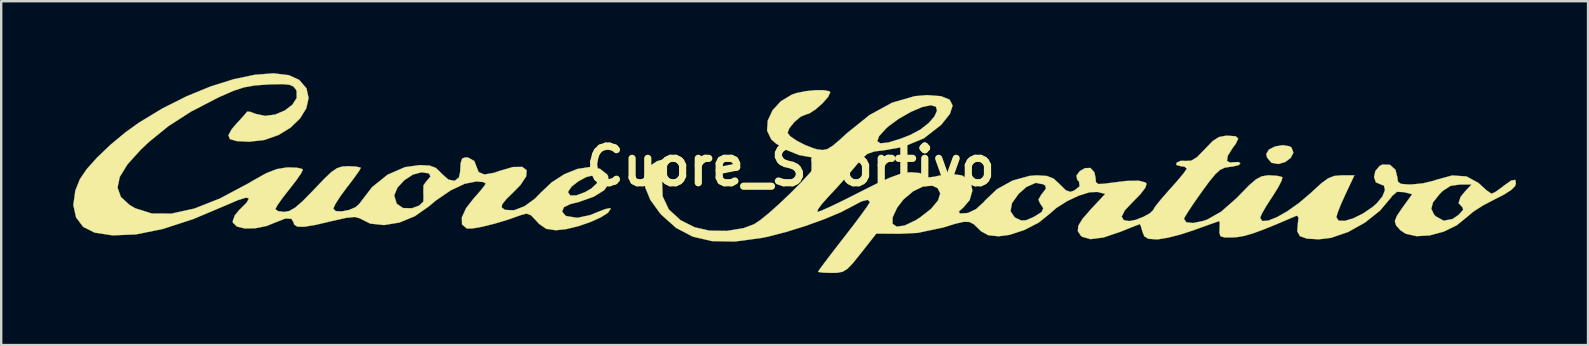
<source format=kicad_pcb>
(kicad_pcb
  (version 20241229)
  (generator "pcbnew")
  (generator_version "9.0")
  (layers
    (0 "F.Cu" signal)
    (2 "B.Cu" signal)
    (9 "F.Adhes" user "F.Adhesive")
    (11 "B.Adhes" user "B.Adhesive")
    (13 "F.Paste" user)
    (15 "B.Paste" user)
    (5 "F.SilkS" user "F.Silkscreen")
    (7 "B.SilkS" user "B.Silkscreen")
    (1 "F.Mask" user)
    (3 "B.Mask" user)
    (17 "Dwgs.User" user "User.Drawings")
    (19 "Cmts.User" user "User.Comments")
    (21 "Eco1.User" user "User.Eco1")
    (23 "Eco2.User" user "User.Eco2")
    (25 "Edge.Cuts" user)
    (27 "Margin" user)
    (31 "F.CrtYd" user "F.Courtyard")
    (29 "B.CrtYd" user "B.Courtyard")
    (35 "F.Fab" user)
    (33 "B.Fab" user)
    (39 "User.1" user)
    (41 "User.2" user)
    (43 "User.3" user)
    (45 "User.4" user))
  (footprint "Cuore_Sportivo"
    (layer "F.Cu")
    (at 29.885 3.873)
    (property "Reference" "Cuore_Sportivo" (at 0 0 0) (layer "F.SilkS") (effects (font (size 1.524 1.524) (thickness 0.3))))
    (attr through_hole)
    (fp_poly (pts (xy 20.787 -0.829) (xy 20.866 -0.774) (xy 20.943 -0.565) (xy 20.835 -0.35) (xy 20.605 -0.176) (xy 20.318 -0.09) (xy 20.037 -0.141) (xy 20.027 -0.146) (xy 19.845 -0.362) (xy 19.812 -0.509) (xy 19.922 -0.692) (xy 20.186 -0.823) (xy 20.507 -0.877) (xy 20.787 -0.829)) (stroke (width 0.01) (type solid)) (fill yes) (layer "F.SilkS"))
    (fp_poly (pts (xy -20.905 -3.792) (xy -20.473 -3.596) (xy -20.17 -3.246) (xy -20.08 -2.841) (xy -20.176 -2.412) (xy -20.435 -1.991) (xy -20.829 -1.609) (xy -21.334 -1.299) (xy -21.924 -1.092) (xy -22.543 -1.021) (xy -23.067 -1.044) (xy -23.356 -1.127) (xy -23.422 -1.287) (xy -23.28 -1.544) (xy -23.113 -1.739) (xy -22.855 -2.022) (xy -22.68 -2.221) (xy -22.638 -2.273) (xy -22.515 -2.266) (xy -22.279 -2.178) (xy -21.887 -2.095) (xy -21.468 -2.153) (xy -21.074 -2.319) (xy -20.758 -2.559) (xy -20.576 -2.842) (xy -20.58 -3.133) (xy -20.611 -3.195) (xy -20.715 -3.321) (xy -20.875 -3.392) (xy -21.151 -3.418) (xy -21.602 -3.41) (xy -21.78 -3.403) (xy -22.326 -3.363) (xy -22.774 -3.283) (xy -23.224 -3.135) (xy -23.777 -2.892) (xy -23.884 -2.841) (xy -24.985 -2.27) (xy -25.908 -1.677) (xy -26.727 -1.013) (xy -27.072 -0.687) (xy -27.625 -0.076) (xy -27.947 0.448) (xy -28.038 0.895) (xy -27.9 1.281) (xy -27.533 1.618) (xy -27.299 1.754) (xy -26.608 1.971) (xy -25.786 1.974) (xy -24.838 1.765) (xy -23.768 1.343) (xy -22.579 0.71) (xy -22.397 0.601) (xy -21.848 0.294) (xy -21.409 0.122) (xy -20.996 0.054) (xy -20.923 0.051) (xy -20.572 0.062) (xy -20.354 0.112) (xy -20.32 0.151) (xy -20.395 0.303) (xy -20.593 0.588) (xy -20.871 0.948) (xy -20.892 0.973) (xy -21.174 1.334) (xy -21.378 1.625) (xy -21.463 1.785) (xy -21.463 1.79) (xy -21.353 1.872) (xy -21.096 1.905) (xy -20.884 1.866) (xy -20.643 1.728) (xy -20.332 1.46) (xy -19.91 1.03) (xy -19.837 0.953) (xy -19.423 0.52) (xy -19.129 0.242) (xy -18.901 0.086) (xy -18.691 0.016) (xy -18.448 0.000053) (xy -18.425 0) (xy -18.103 0.016) (xy -17.922 0.057) (xy -17.907 0.074) (xy -17.98 0.203) (xy -18.172 0.474) (xy -18.444 0.832) (xy -18.479 0.876) (xy -18.759 1.255) (xy -18.963 1.572) (xy -19.049 1.762) (xy -19.05 1.771) (xy -18.949 1.871) (xy -18.702 1.883) (xy -18.397 1.824) (xy -18.121 1.707) (xy -17.971 1.572) (xy -17.713 1.235) (xy -16.51 1.235) (xy -16.409 1.563) (xy -16.145 1.743) (xy -15.775 1.752) (xy -15.477 1.642) (xy -15.298 1.472) (xy -15.293 1.194) (xy -15.301 1.154) (xy -15.295 0.797) (xy -15.182 0.64) (xy -15.003 0.43) (xy -15.065 0.3) (xy -15.365 0.254) (xy -15.377 0.254) (xy -15.732 0.348) (xy -16.092 0.583) (xy -16.377 0.891) (xy -16.508 1.202) (xy -16.51 1.235) (xy -17.713 1.235) (xy -17.438 0.875) (xy -16.79 0.355) (xy -16.067 0.04) (xy -15.444 -0.046) (xy -15.036 -0.024) (xy -14.775 0.073) (xy -14.557 0.285) (xy -14.541 0.306) (xy -14.256 0.557) (xy -13.998 0.61) (xy -13.819 0.47) (xy -13.769 0.252) (xy -13.745 -0.131) (xy -13.683 -0.318) (xy -13.549 -0.368) (xy -13.43 -0.358) (xy -13.175 -0.214) (xy -13.103 -0.024) (xy -12.995 0.247) (xy -12.755 0.345) (xy -12.354 0.276) (xy -12.127 0.197) (xy -11.565 0.034) (xy -11.184 0.029) (xy -10.996 0.164) (xy -11.015 0.422) (xy -11.255 0.785) (xy -11.487 1.023) (xy -11.838 1.366) (xy -12.015 1.585) (xy -12.036 1.718) (xy -11.92 1.805) (xy -11.882 1.821) (xy -11.521 1.836) (xy -11.089 1.67) (xy -10.654 1.355) (xy -10.448 1.143) (xy -10.394 1.091) (xy -9.271 1.091) (xy -9.175 1.22) (xy -8.923 1.215) (xy -8.57 1.084) (xy -8.305 0.932) (xy -8.073 0.714) (xy -8.01 0.514) (xy -8.127 0.393) (xy -8.223 0.381) (xy -8.515 0.453) (xy -8.843 0.629) (xy -9.123 0.849) (xy -9.266 1.056) (xy -9.271 1.091) (xy -10.394 1.091) (xy -9.963 0.68) (xy -9.425 0.333) (xy -8.878 0.114) (xy -8.368 0.035) (xy -7.942 0.108) (xy -7.644 0.344) (xy -7.609 0.402) (xy -7.567 0.708) (xy -7.765 0.999) (xy -8.188 1.264) (xy -8.823 1.491) (xy -9.176 1.579) (xy -9.442 1.706) (xy -9.519 1.887) (xy -9.387 2.053) (xy -9.324 2.082) (xy -8.883 2.151) (xy -8.351 2.037) (xy -8.033 1.908) (xy -7.718 1.786) (xy -7.523 1.748) (xy -7.493 1.77) (xy -7.607 1.939) (xy -7.91 2.132) (xy -8.338 2.325) (xy -8.832 2.495) (xy -9.328 2.617) (xy -9.766 2.667) (xy -9.79 2.667) (xy -10.181 2.61) (xy -10.484 2.399) (xy -10.585 2.286) (xy -10.815 2.045) (xy -11.002 1.975) (xy -11.249 2.04) (xy -11.263 2.046) (xy -11.783 2.23) (xy -12.332 2.394) (xy -12.844 2.521) (xy -13.252 2.593) (xy -13.489 2.595) (xy -13.491 2.594) (xy -13.689 2.427) (xy -13.696 2.134) (xy -13.521 1.75) (xy -13.208 1.348) (xy -12.936 1.04) (xy -12.752 0.808) (xy -12.7 0.716) (xy -12.811 0.66) (xy -13.079 0.635) (xy -13.095 0.635) (xy -13.581 0.733) (xy -14.161 1.008) (xy -14.78 1.43) (xy -15.071 1.674) (xy -15.657 2.084) (xy -16.298 2.347) (xy -16.937 2.452) (xy -17.515 2.391) (xy -17.964 2.165) (xy -18.155 2.115) (xy -18.525 2.154) (xy -19.102 2.283) (xy -19.115 2.286) (xy -19.798 2.447) (xy -20.269 2.524) (xy -20.556 2.516) (xy -20.686 2.425) (xy -20.701 2.349) (xy -20.796 2.19) (xy -21.048 2.18) (xy -21.373 2.306) (xy -21.827 2.489) (xy -22.299 2.585) (xy -22.731 2.594) (xy -23.062 2.517) (xy -23.231 2.355) (xy -23.241 2.29) (xy -23.152 2.047) (xy -22.975 1.831) (xy -22.663 1.52) (xy -22.565 1.346) (xy -22.681 1.309) (xy -23.01 1.408) (xy -23.46 1.602) (xy -24.886 2.203) (xy -26.154 2.615) (xy -27.271 2.841) (xy -28.247 2.882) (xy -28.994 2.767) (xy -29.469 2.528) (xy -29.767 2.133) (xy -29.88 1.617) (xy -29.797 1.015) (xy -29.606 0.538) (xy -29.326 0.126) (xy -28.882 -0.37) (xy -28.325 -0.899) (xy -27.708 -1.411) (xy -27.156 -1.808) (xy -26.169 -2.406) (xy -25.158 -2.914) (xy -24.157 -3.323) (xy -23.198 -3.624) (xy -22.315 -3.809) (xy -21.54 -3.868) (xy -20.905 -3.792)) (stroke (width 0.01) (type solid)) (fill yes) (layer "F.SilkS"))
    (fp_poly (pts (xy 1.394 -3.165) (xy 1.614 -3.121) (xy 1.651 -3.076) (xy 1.557 -2.88) (xy 1.327 -2.619) (xy 1.039 -2.366) (xy 0.772 -2.194) (xy 0.651 -2.159) (xy 0.422 -2.065) (xy 0.156 -1.842) (xy -0.056 -1.578) (xy -0.127 -1.39) (xy -0.02 -1.249) (xy 0.25 -1.064) (xy 0.606 -0.88) (xy 0.973 -0.739) (xy 1.115 -0.701) (xy 1.332 -0.673) (xy 1.526 -0.712) (xy 1.752 -0.85) (xy 1.978 -1.042) (xy 3.608 -1.042) (xy 3.739 -0.953) (xy 4.068 -0.986) (xy 4.583 -1.144) (xy 4.989 -1.304) (xy 5.407 -1.527) (xy 5.749 -1.795) (xy 5.988 -2.068) (xy 6.098 -2.309) (xy 6.053 -2.479) (xy 5.841 -2.54) (xy 5.477 -2.463) (xy 5.005 -2.262) (xy 4.508 -1.978) (xy 4.069 -1.656) (xy 3.978 -1.574) (xy 3.684 -1.25) (xy 3.608 -1.042) (xy 1.978 -1.042) (xy 2.067 -1.117) (xy 2.349 -1.377) (xy 3.286 -2.13) (xy 4.23 -2.646) (xy 5.168 -2.917) (xy 5.681 -2.961) (xy 6.27 -2.916) (xy 6.625 -2.771) (xy 6.748 -2.525) (xy 6.636 -2.182) (xy 6.289 -1.743) (xy 6.264 -1.717) (xy 5.548 -1.16) (xy 4.682 -0.802) (xy 3.921 -0.667) (xy 3.486 -0.614) (xy 3.202 -0.515) (xy 2.963 -0.315) (xy 2.711 -0.014) (xy 2.367 0.396) (xy 1.945 0.872) (xy 1.603 1.238) (xy 1.316 1.557) (xy 1.141 1.793) (xy 1.11 1.902) (xy 1.122 1.905) (xy 1.288 1.849) (xy 1.633 1.696) (xy 2.112 1.467) (xy 2.679 1.183) (xy 2.881 1.079) (xy 3.596 0.721) (xy 4.136 0.477) (xy 4.545 0.329) (xy 4.868 0.263) (xy 5.024 0.254) (xy 5.367 0.284) (xy 5.584 0.359) (xy 5.614 0.394) (xy 5.73 0.47) (xy 6.018 0.434) (xy 6.147 0.401) (xy 6.679 0.322) (xy 7.133 0.382) (xy 7.443 0.568) (xy 7.501 0.649) (xy 7.57 1.018) (xy 7.458 1.411) (xy 7.2 1.715) (xy 7.008 1.888) (xy 7.051 1.97) (xy 7.324 1.955) (xy 7.403 1.941) (xy 7.54 1.876) (xy 9.161 1.876) (xy 9.326 2.123) (xy 9.366 2.149) (xy 9.597 2.258) (xy 9.802 2.255) (xy 10.092 2.13) (xy 10.166 2.092) (xy 10.457 1.909) (xy 10.525 1.747) (xy 10.394 1.554) (xy 10.392 1.552) (xy 10.323 1.391) (xy 10.447 1.177) (xy 10.482 1.138) (xy 10.635 0.934) (xy 10.609 0.812) (xy 10.536 0.757) (xy 10.209 0.694) (xy 9.824 0.863) (xy 9.493 1.155) (xy 9.218 1.544) (xy 9.161 1.876) (xy 7.54 1.876) (xy 7.722 1.789) (xy 8.043 1.497) (xy 8.092 1.436) (xy 8.597 0.957) (xy 9.251 0.597) (xy 9.959 0.403) (xy 10.262 0.381) (xy 10.676 0.407) (xy 10.954 0.515) (xy 11.21 0.752) (xy 11.222 0.765) (xy 11.469 1.006) (xy 11.655 1.069) (xy 11.814 1.014) (xy 12.036 0.839) (xy 12.017 0.653) (xy 11.935 0.556) (xy 11.906 0.39) (xy 12.041 0.21) (xy 12.26 0.081) (xy 12.486 0.072) (xy 12.491 0.074) (xy 12.653 0.252) (xy 12.7 0.471) (xy 12.718 0.667) (xy 12.819 0.743) (xy 13.072 0.73) (xy 13.24 0.706) (xy 13.991 0.614) (xy 14.506 0.605) (xy 14.783 0.679) (xy 14.829 0.738) (xy 14.771 0.904) (xy 14.565 1.172) (xy 14.285 1.456) (xy 13.925 1.834) (xy 13.789 2.099) (xy 13.878 2.249) (xy 14.111 2.286) (xy 14.377 2.235) (xy 14.694 2.111) (xy 14.969 1.959) (xy 15.109 1.823) (xy 15.113 1.804) (xy 15.193 1.673) (xy 15.406 1.407) (xy 15.71 1.057) (xy 15.807 0.95) (xy 16.13 0.586) (xy 16.374 0.291) (xy 16.498 0.116) (xy 16.505 0.095) (xy 16.403 0.019) (xy 16.249 0) (xy 16.069 -0.051) (xy 16.073 -0.139) (xy 16.249 -0.224) (xy 16.465 -0.219) (xy 16.691 -0.23) (xy 16.932 -0.379) (xy 17.249 -0.703) (xy 17.26 -0.715) (xy 17.579 -1.045) (xy 17.839 -1.213) (xy 18.123 -1.268) (xy 18.209 -1.27) (xy 18.538 -1.247) (xy 18.645 -1.151) (xy 18.546 -0.939) (xy 18.415 -0.762) (xy 18.21 -0.434) (xy 18.178 -0.219) (xy 18.319 -0.148) (xy 18.415 -0.164) (xy 18.649 -0.173) (xy 18.735 -0.123) (xy 18.668 -0.046) (xy 18.419 0.014) (xy 18.324 0.024) (xy 18.09 0.06) (xy 17.893 0.15) (xy 17.688 0.335) (xy 17.428 0.654) (xy 17.117 1.079) (xy 16.806 1.521) (xy 16.561 1.888) (xy 16.414 2.129) (xy 16.385 2.195) (xy 16.486 2.338) (xy 16.767 2.367) (xy 17.179 2.282) (xy 17.363 2.219) (xy 17.935 1.894) (xy 18.578 1.329) (xy 18.716 1.187) (xy 19.106 0.789) (xy 19.389 0.547) (xy 19.621 0.424) (xy 19.858 0.383) (xy 19.942 0.381) (xy 20.268 0.401) (xy 20.469 0.45) (xy 20.484 0.46) (xy 20.457 0.595) (xy 20.312 0.878) (xy 20.08 1.249) (xy 20.06 1.278) (xy 19.81 1.665) (xy 19.63 1.976) (xy 19.558 2.149) (xy 19.558 2.152) (xy 19.648 2.284) (xy 19.893 2.268) (xy 20.254 2.126) (xy 20.694 1.875) (xy 21.175 1.534) (xy 21.66 1.123) (xy 21.723 1.064) (xy 22.111 0.709) (xy 22.396 0.503) (xy 22.648 0.406) (xy 22.937 0.381) (xy 22.961 0.381) (xy 23.484 0.381) (xy 23.109 1.175) (xy 22.92 1.596) (xy 22.785 1.939) (xy 22.733 2.127) (xy 22.827 2.268) (xy 23.077 2.279) (xy 23.429 2.176) (xy 23.834 1.978) (xy 24.239 1.702) (xy 24.416 1.549) (xy 24.653 1.26) (xy 24.758 0.993) (xy 24.717 0.809) (xy 24.588 0.762) (xy 24.378 0.671) (xy 24.303 0.456) (xy 24.358 0.2) (xy 24.536 -0.011) (xy 24.656 -0.069) (xy 24.969 -0.058) (xy 25.196 0.15) (xy 25.273 0.46) (xy 25.299 0.646) (xy 25.422 0.735) (xy 25.709 0.761) (xy 25.849 0.762) (xy 26.327 0.717) (xy 26.789 0.606) (xy 26.88 0.572) (xy 27.56 0.386) (xy 28.156 0.427) (xy 28.649 0.695) (xy 28.722 0.762) (xy 28.981 0.998) (xy 29.173 1.132) (xy 29.21 1.143) (xy 29.367 1.068) (xy 29.627 0.88) (xy 29.714 0.81) (xy 30.018 0.596) (xy 30.19 0.568) (xy 30.212 0.725) (xy 30.179 0.827) (xy 30.03 0.98) (xy 29.714 1.184) (xy 29.306 1.392) (xy 28.844 1.633) (xy 28.433 1.897) (xy 28.194 2.099) (xy 27.749 2.461) (xy 27.205 2.726) (xy 26.625 2.882) (xy 26.074 2.915) (xy 25.616 2.812) (xy 25.4 2.667) (xy 25.221 2.465) (xy 25.169 2.291) (xy 25.254 2.07) (xy 25.456 1.772) (xy 26.686 1.772) (xy 26.802 2.013) (xy 26.87 2.086) (xy 27.2 2.269) (xy 27.57 2.203) (xy 27.831 2.024) (xy 28.017 1.814) (xy 27.98 1.7) (xy 27.972 1.696) (xy 27.824 1.537) (xy 27.908 1.28) (xy 28.089 1.056) (xy 28.365 0.762) (xy 27.886 0.762) (xy 27.493 0.818) (xy 27.168 1.027) (xy 27.038 1.156) (xy 26.761 1.505) (xy 26.686 1.772) (xy 25.456 1.772) (xy 25.484 1.73) (xy 25.519 1.682) (xy 25.892 1.167) (xy 25.552 1.081) (xy 25.26 1.066) (xy 25.055 1.242) (xy 25.022 1.292) (xy 24.551 1.851) (xy 23.927 2.347) (xy 23.224 2.74) (xy 22.514 2.984) (xy 22.006 3.046) (xy 21.505 3.017) (xy 21.217 2.914) (xy 21.105 2.713) (xy 21.127 2.412) (xy 21.158 2.135) (xy 21.091 2.061) (xy 21.05 2.073) (xy 20.274 2.404) (xy 19.686 2.642) (xy 19.243 2.804) (xy 18.904 2.902) (xy 18.626 2.951) (xy 18.428 2.966) (xy 18.072 2.967) (xy 17.905 2.916) (xy 17.862 2.775) (xy 17.867 2.635) (xy 17.875 2.382) (xy 17.86 2.286) (xy 17.735 2.326) (xy 17.428 2.435) (xy 16.994 2.591) (xy 16.785 2.667) (xy 16.24 2.845) (xy 15.719 2.978) (xy 15.316 3.045) (xy 15.239 3.048) (xy 14.902 3.024) (xy 14.733 2.92) (xy 14.657 2.731) (xy 14.588 2.494) (xy 14.55 2.413) (xy 14.427 2.457) (xy 14.134 2.572) (xy 13.74 2.731) (xy 13.03 2.97) (xy 12.495 3.039) (xy 12.141 2.939) (xy 12.09 2.896) (xy 11.964 2.705) (xy 11.981 2.486) (xy 12.159 2.194) (xy 12.514 1.786) (xy 12.522 1.778) (xy 13.105 1.154) (xy 12.782 1.073) (xy 12.453 1.086) (xy 12.006 1.225) (xy 11.52 1.454) (xy 11.072 1.737) (xy 10.778 1.993) (xy 10.331 2.351) (xy 9.74 2.656) (xy 9.116 2.861) (xy 8.662 2.92) (xy 8.232 2.874) (xy 7.927 2.706) (xy 7.822 2.603) (xy 7.631 2.417) (xy 7.448 2.323) (xy 7.209 2.317) (xy 6.853 2.399) (xy 6.35 2.555) (xy 5.291 2.778) (xy 4.547 2.814) (xy 3.569 2.807) (xy 2.925 3.626) (xy 2.6 4.031) (xy 2.367 4.274) (xy 2.167 4.397) (xy 1.939 4.44) (xy 1.712 4.445) (xy 1.372 4.435) (xy 1.169 4.41) (xy 1.143 4.395) (xy 1.217 4.283) (xy 1.42 4.009) (xy 1.723 3.61) (xy 2.098 3.126) (xy 2.222 2.967) (xy 2.615 2.459) (xy 2.857 2.136) (xy 4.246 2.136) (xy 4.248 2.404) (xy 4.423 2.519) (xy 4.751 2.471) (xy 5.211 2.251) (xy 5.379 2.145) (xy 5.851 1.776) (xy 6.14 1.43) (xy 6.233 1.133) (xy 6.122 0.912) (xy 5.909 0.815) (xy 5.534 0.838) (xy 5.109 1.042) (xy 4.702 1.384) (xy 4.439 1.724) (xy 4.246 2.136) (xy 2.857 2.136) (xy 2.943 2.021) (xy 3.18 1.692) (xy 3.295 1.511) (xy 3.302 1.492) (xy 3.21 1.401) (xy 2.953 1.464) (xy 2.61 1.647) (xy 2.099 1.913) (xy 1.413 2.202) (xy 0.628 2.485) (xy -0.181 2.738) (xy -0.938 2.934) (xy -1.208 2.989) (xy -2.323 3.138) (xy -3.269 3.122) (xy -4.075 2.935) (xy -4.772 2.57) (xy -5.39 2.018) (xy -5.442 1.959) (xy -5.847 1.399) (xy -6.063 0.869) (xy -6.09 0.404) (xy -5.926 0.035) (xy -5.571 -0.205) (xy -5.517 -0.223) (xy -5.225 -0.302) (xy -5.118 -0.284) (xy -5.143 -0.159) (xy -5.146 -0.15) (xy -5.356 0.601) (xy -5.333 1.251) (xy -5.076 1.8) (xy -4.587 2.248) (xy -4 2.544) (xy -3.38 2.685) (xy -2.662 2.696) (xy -1.965 2.582) (xy -1.524 2.418) (xy -1.255 2.239) (xy -0.89 1.942) (xy -0.468 1.564) (xy -0.025 1.143) (xy 0.399 0.716) (xy 0.767 0.322) (xy 1.041 -0.003) (xy 1.183 -0.219) (xy 1.191 -0.28) (xy 1.03 -0.356) (xy 0.786 -0.384) (xy 0.35 -0.465) (xy -0.152 -0.668) (xy -0.602 -0.937) (xy -0.809 -1.12) (xy -0.981 -1.483) (xy -0.952 -1.903) (xy -0.752 -2.328) (xy -0.409 -2.704) (xy 0.048 -2.98) (xy 0.238 -3.046) (xy 0.631 -3.126) (xy 1.041 -3.166) (xy 1.394 -3.165)) (stroke (width 0.01) (type solid)) (fill yes) (layer "F.SilkS")))
  (gr_rect
    (start -3 -3)
    (end 63.102 11.323)
    (stroke (width 0.1) (type default))
    (fill no)
    (layer "Edge.Cuts")))
</source>
